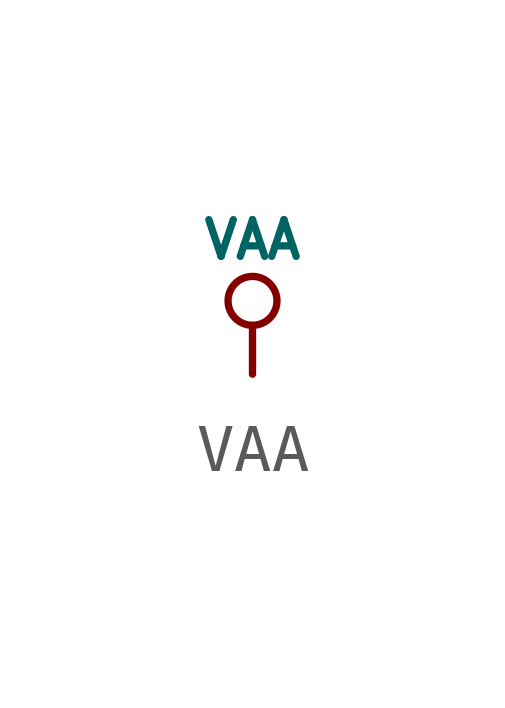
<source format=kicad_sym>
(kicad_symbol_lib
  (version 20211014)
  (generator kicad_symbol_editor)
  (symbol "VAA"
    (pin_names
      (offset 0))
    (property "Reference" "#PWR"
      (at 0 1.524 0)
      (effects (font (size 0.762 0.762)) hide))
    (property "Value" "VAA"
      (at 0 2.794 0)
      (effects (font (size 0.762 0.762))))
    (symbol "VAA_0_0"
      (pin power_in line (at 0 0 90) (length 0) hide (name "VAA" (effects (font (size 1.016 1.016)))) (number "1" (effects (font (size 1.016 1.016))))))
    (symbol "VAA_0_1"
      (polyline (pts (xy 0 1.016) (xy 0 0) (xy 0 0) (xy 0 0)) (stroke (width 0) (type default) (color 0 0 0 0)) (fill (type none)))
      (circle (center 0 1.524) (radius 0.508) (stroke (width 0) (type default) (color 0 0 0 0)) (fill (type none))))))
</source>
